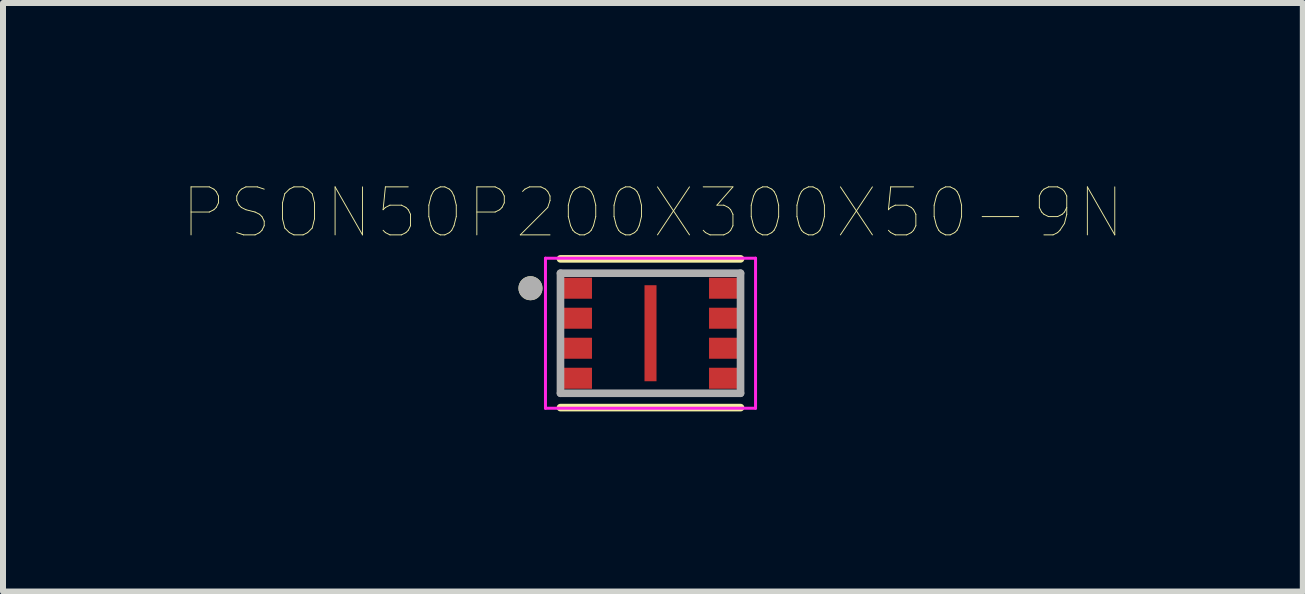
<source format=kicad_pcb>
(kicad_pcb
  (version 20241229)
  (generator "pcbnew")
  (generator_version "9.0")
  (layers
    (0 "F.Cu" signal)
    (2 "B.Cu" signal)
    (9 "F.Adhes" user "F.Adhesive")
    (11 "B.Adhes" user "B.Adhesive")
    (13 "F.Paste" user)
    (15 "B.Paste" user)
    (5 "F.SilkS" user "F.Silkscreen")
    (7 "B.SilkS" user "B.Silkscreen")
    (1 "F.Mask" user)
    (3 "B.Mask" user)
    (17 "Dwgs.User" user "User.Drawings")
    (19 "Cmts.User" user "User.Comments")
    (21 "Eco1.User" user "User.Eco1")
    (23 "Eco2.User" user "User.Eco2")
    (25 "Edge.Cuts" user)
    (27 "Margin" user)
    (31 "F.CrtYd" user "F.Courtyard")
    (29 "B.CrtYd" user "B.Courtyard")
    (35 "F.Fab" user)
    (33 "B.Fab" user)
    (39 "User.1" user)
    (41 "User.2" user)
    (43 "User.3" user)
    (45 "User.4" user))
  (footprint "PSON50P200X300X50-9N"
    (layer "F.Cu")
    (at 7.788 2.502)
    (property "Reference" "PSON50P200X300X50-9N" (at 0.04 -2.008 0) (layer "F.SilkS") (effects (font (size 0.8 0.8) (thickness 0.015))))
    (attr through_hole)
    (fp_line (start -1.5 -1.239) (end 1.5 -1.239) (stroke (width 0.127) (type solid)) (layer "F.SilkS"))
    (fp_line (start -1.5 1.239) (end 1.5 1.239) (stroke (width 0.127) (type solid)) (layer "F.SilkS"))
    (fp_circle (center -2 -0.75) (end -1.9 -0.75) (stroke (width 0.2) (type solid)) (fill no) (layer "F.SilkS"))
    (fp_poly (pts (xy -0.06 -0.51) (xy 0.06 -0.51) (xy 0.06 0.51) (xy -0.06 0.51)) (stroke (width 0.01) (type solid)) (fill yes) (layer "F.Paste"))
    (fp_line (start -1.75 -1.25) (end -1.75 1.25) (stroke (width 0.05) (type solid)) (layer "F.CrtYd"))
    (fp_line (start -1.75 -1.25) (end 1.75 -1.25) (stroke (width 0.05) (type solid)) (layer "F.CrtYd"))
    (fp_line (start -1.75 1.25) (end 1.75 1.25) (stroke (width 0.05) (type solid)) (layer "F.CrtYd"))
    (fp_line (start 1.75 -1.25) (end 1.75 1.25) (stroke (width 0.05) (type solid)) (layer "F.CrtYd"))
    (fp_line (start -1.5 -1) (end -1.5 1) (stroke (width 0.127) (type solid)) (layer "F.Fab"))
    (fp_line (start -1.5 -1) (end 1.5 -1) (stroke (width 0.127) (type solid)) (layer "F.Fab"))
    (fp_line (start -1.5 1) (end 1.5 1) (stroke (width 0.127) (type solid)) (layer "F.Fab"))
    (fp_line (start 1.5 -1) (end 1.5 1) (stroke (width 0.127) (type solid)) (layer "F.Fab"))
    (fp_circle (center -2 -0.75) (end -1.9 -0.75) (stroke (width 0.2) (type solid)) (fill no) (layer "F.Fab"))
    (pad "1" smd rect (at -1.22 -0.75) (size 0.49 0.35) (layers "F.Cu" "F.Mask" "F.Paste"))
    (pad "2" smd rect (at -1.22 -0.25) (size 0.49 0.35) (layers "F.Cu" "F.Mask" "F.Paste"))
    (pad "3" smd rect (at -1.22 0.25) (size 0.49 0.35) (layers "F.Cu" "F.Mask" "F.Paste"))
    (pad "4" smd rect (at -1.22 0.75) (size 0.49 0.35) (layers "F.Cu" "F.Mask" "F.Paste"))
    (pad "5" smd rect (at 1.22 0.75) (size 0.49 0.35) (layers "F.Cu" "F.Mask" "F.Paste"))
    (pad "6" smd rect (at 1.22 0.25) (size 0.49 0.35) (layers "F.Cu" "F.Mask" "F.Paste"))
    (pad "7" smd rect (at 1.22 -0.25) (size 0.49 0.35) (layers "F.Cu" "F.Mask" "F.Paste"))
    (pad "8" smd rect (at 1.22 -0.75) (size 0.49 0.35) (layers "F.Cu" "F.Mask" "F.Paste"))
    (pad "9" smd rect (at 0 0) (size 0.2 1.6) (layers "F.Cu" "F.Mask")))
  (gr_rect
    (start -3 -3)
    (end 18.656 6.805)
    (stroke (width 0.1) (type default))
    (fill no)
    (layer "Edge.Cuts")))
</source>
